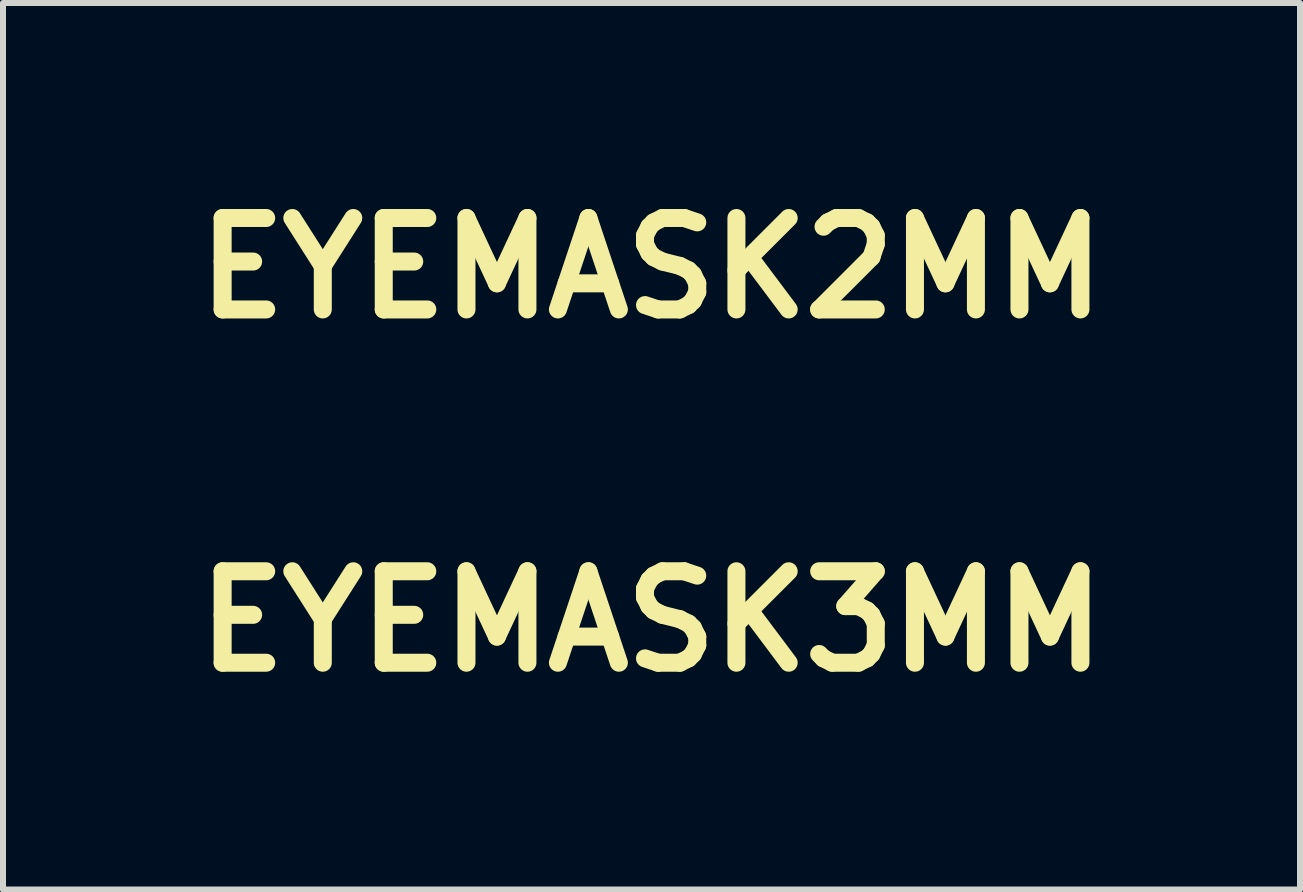
<source format=kicad_pcb>
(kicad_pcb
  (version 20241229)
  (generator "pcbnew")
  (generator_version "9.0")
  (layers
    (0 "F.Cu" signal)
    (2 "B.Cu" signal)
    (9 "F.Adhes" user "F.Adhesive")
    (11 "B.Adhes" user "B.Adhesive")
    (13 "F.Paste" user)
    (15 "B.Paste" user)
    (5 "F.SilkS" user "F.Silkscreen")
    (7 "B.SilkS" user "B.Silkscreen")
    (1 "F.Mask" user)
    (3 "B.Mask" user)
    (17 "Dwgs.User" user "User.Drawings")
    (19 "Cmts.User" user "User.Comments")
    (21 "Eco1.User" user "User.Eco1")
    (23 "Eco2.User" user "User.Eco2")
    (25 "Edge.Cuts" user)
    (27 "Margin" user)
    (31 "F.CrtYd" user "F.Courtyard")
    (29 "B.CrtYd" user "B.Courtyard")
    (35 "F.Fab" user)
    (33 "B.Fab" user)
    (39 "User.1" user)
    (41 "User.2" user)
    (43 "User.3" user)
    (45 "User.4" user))
  (footprint "EYEMASK2MM"
    (layer "F.Cu")
    (at 7.809 1.418)
    (property "Reference" "EYEMASK2MM" (at 0 0 0) (layer "F.SilkS") (effects (font (size 1.524 1.524) (thickness 0.3))))
    (attr through_hole)
    (fp_poly (pts (xy 0.169 -0.49) (xy 0.182 -0.489) (xy 0.194 -0.489) (xy 0.204 -0.488) (xy 0.209 -0.487) (xy 0.232 -0.484) (xy 0.253 -0.48) (xy 0.273 -0.475) (xy 0.293 -0.47) (xy 0.306 -0.466) (xy 0.339 -0.454) (xy 0.371 -0.44) (xy 0.402 -0.423) (xy 0.432 -0.404) (xy 0.46 -0.384) (xy 0.486 -0.361) (xy 0.511 -0.337) (xy 0.534 -0.311) (xy 0.556 -0.283) (xy 0.572 -0.258) (xy 0.589 -0.229) (xy 0.604 -0.199) (xy 0.617 -0.169) (xy 0.627 -0.138) (xy 0.636 -0.107) (xy 0.642 -0.074) (xy 0.645 -0.055) (xy 0.645 -0.048) (xy 0.646 -0.039) (xy 0.647 -0.028) (xy 0.647 -0.016) (xy 0.647 -0.003) (xy 0.647 0.009) (xy 0.647 0.022) (xy 0.647 0.034) (xy 0.647 0.045) (xy 0.646 0.054) (xy 0.645 0.061) (xy 0.645 0.062) (xy 0.641 0.089) (xy 0.636 0.115) (xy 0.63 0.139) (xy 0.623 0.163) (xy 0.614 0.187) (xy 0.608 0.201) (xy 0.594 0.231) (xy 0.579 0.259) (xy 0.563 0.285) (xy 0.545 0.309) (xy 0.524 0.333) (xy 0.502 0.357) (xy 0.499 0.36) (xy 0.472 0.384) (xy 0.445 0.406) (xy 0.416 0.426) (xy 0.386 0.444) (xy 0.355 0.459) (xy 0.322 0.472) (xy 0.288 0.483) (xy 0.253 0.492) (xy 0.217 0.498) (xy 0.213 0.499) (xy 0.207 0.499) (xy 0.198 0.5) (xy 0.187 0.5) (xy 0.176 0.501) (xy 0.163 0.501) (xy 0.151 0.501) (xy 0.139 0.501) (xy 0.127 0.501) (xy 0.117 0.501) (xy 0.108 0.5) (xy 0.102 0.5) (xy 0.065 0.494) (xy 0.03 0.486) (xy -0.004 0.477) (xy -0.036 0.465) (xy -0.067 0.451) (xy -0.098 0.435) (xy -0.127 0.416) (xy -0.153 0.397) (xy -0.179 0.375) (xy -0.205 0.35) (xy -0.228 0.325) (xy -0.249 0.297) (xy -0.268 0.269) (xy -0.286 0.239) (xy -0.301 0.208) (xy -0.314 0.175) (xy -0.325 0.143) (xy -0.333 0.109) (xy -0.336 0.091) (xy -0.338 0.083) (xy -0.339 0.073) (xy -0.34 0.063) (xy -0.341 0.053) (xy -0.342 0.043) (xy -0.343 0.033) (xy -0.344 0.023) (xy -0.344 0.015) (xy -0.344 0.009) (xy -0.344 0.004) (xy -0.343 0.001) (xy -0.343 0.000301) (xy -0.342 -0.000282) (xy -0.34 -0.000473) (xy -0.337 -0.000251) (xy -0.331 0.000408) (xy -0.324 0.001) (xy -0.306 0.004) (xy -0.286 0.004) (xy -0.265 0.004) (xy -0.243 0.002) (xy -0.222 -0.000454) (xy -0.211 -0.003) (xy -0.183 -0.01) (xy -0.157 -0.019) (xy -0.131 -0.03) (xy -0.107 -0.044) (xy -0.084 -0.06) (xy -0.062 -0.078) (xy -0.051 -0.089) (xy -0.031 -0.11) (xy -0.013 -0.133) (xy 0.002 -0.157) (xy 0.015 -0.183) (xy 0.026 -0.209) (xy 0.035 -0.237) (xy 0.041 -0.266) (xy 0.042 -0.27) (xy 0.043 -0.274) (xy 0.043 -0.279) (xy 0.043 -0.284) (xy 0.044 -0.291) (xy 0.044 -0.299) (xy 0.044 -0.309) (xy 0.044 -0.32) (xy 0.044 -0.361) (xy 0.04 -0.381) (xy 0.036 -0.397) (xy 0.031 -0.414) (xy 0.025 -0.431) (xy 0.019 -0.446) (xy 0.017 -0.452) (xy 0.014 -0.458) (xy 0.012 -0.463) (xy 0.011 -0.466) (xy 0.01 -0.468) (xy 0.01 -0.468) (xy 0.012 -0.47) (xy 0.015 -0.471) (xy 0.021 -0.473) (xy 0.028 -0.475) (xy 0.036 -0.477) (xy 0.046 -0.479) (xy 0.056 -0.481) (xy 0.066 -0.483) (xy 0.076 -0.485) (xy 0.087 -0.486) (xy 0.095 -0.487) (xy 0.104 -0.488) (xy 0.115 -0.489) (xy 0.127 -0.489) (xy 0.141 -0.49) (xy 0.155 -0.49) (xy 0.169 -0.49)) (stroke (width 0.01) (type solid)) (fill yes) (layer "F.Mask"))
    (fp_poly (pts (xy 0.057 -0.951) (xy 0.105 -0.947) (xy 0.152 -0.94) (xy 0.199 -0.931) (xy 0.246 -0.92) (xy 0.293 -0.906) (xy 0.339 -0.89) (xy 0.375 -0.876) (xy 0.418 -0.856) (xy 0.461 -0.834) (xy 0.502 -0.809) (xy 0.543 -0.783) (xy 0.581 -0.754) (xy 0.619 -0.723) (xy 0.655 -0.691) (xy 0.689 -0.657) (xy 0.722 -0.621) (xy 0.753 -0.583) (xy 0.762 -0.571) (xy 0.79 -0.531) (xy 0.817 -0.49) (xy 0.841 -0.448) (xy 0.862 -0.404) (xy 0.882 -0.36) (xy 0.899 -0.314) (xy 0.914 -0.268) (xy 0.926 -0.221) (xy 0.935 -0.183) (xy 0.943 -0.135) (xy 0.948 -0.086) (xy 0.951 -0.038) (xy 0.952 0.011) (xy 0.95 0.059) (xy 0.946 0.108) (xy 0.939 0.156) (xy 0.93 0.203) (xy 0.928 0.215) (xy 0.915 0.263) (xy 0.901 0.309) (xy 0.884 0.355) (xy 0.864 0.4) (xy 0.843 0.443) (xy 0.819 0.485) (xy 0.794 0.526) (xy 0.766 0.566) (xy 0.736 0.604) (xy 0.704 0.641) (xy 0.67 0.676) (xy 0.635 0.71) (xy 0.597 0.742) (xy 0.571 0.762) (xy 0.532 0.79) (xy 0.491 0.816) (xy 0.449 0.84) (xy 0.405 0.862) (xy 0.361 0.881) (xy 0.316 0.898) (xy 0.27 0.913) (xy 0.223 0.926) (xy 0.176 0.936) (xy 0.137 0.942) (xy 0.106 0.946) (xy 0.075 0.949) (xy 0.043 0.951) (xy 0.012 0.952) (xy -0.018 0.952) (xy -0.036 0.952) (xy -0.05 0.951) (xy -0.066 0.95) (xy -0.081 0.949) (xy -0.096 0.947) (xy -0.108 0.946) (xy -0.156 0.939) (xy -0.204 0.93) (xy -0.251 0.919) (xy -0.297 0.905) (xy -0.343 0.889) (xy -0.387 0.87) (xy -0.431 0.849) (xy -0.473 0.827) (xy -0.514 0.802) (xy -0.554 0.775) (xy -0.592 0.746) (xy -0.629 0.715) (xy -0.665 0.682) (xy -0.699 0.647) (xy -0.731 0.61) (xy -0.762 0.571) (xy -0.762 0.571) (xy -0.79 0.531) (xy -0.816 0.49) (xy -0.84 0.448) (xy -0.862 0.405) (xy -0.882 0.36) (xy -0.899 0.315) (xy -0.901 0.308) (xy -0.916 0.261) (xy -0.928 0.214) (xy -0.938 0.166) (xy -0.945 0.118) (xy -0.95 0.07) (xy -0.952 0.021) (xy -0.952 0.013) (xy -0.773 0.013) (xy -0.771 0.057) (xy -0.766 0.101) (xy -0.76 0.144) (xy -0.75 0.187) (xy -0.738 0.229) (xy -0.738 0.23) (xy -0.724 0.271) (xy -0.708 0.311) (xy -0.689 0.35) (xy -0.668 0.388) (xy -0.645 0.425) (xy -0.62 0.461) (xy -0.593 0.495) (xy -0.564 0.528) (xy -0.534 0.559) (xy -0.501 0.588) (xy -0.467 0.616) (xy -0.464 0.618) (xy -0.429 0.643) (xy -0.392 0.666) (xy -0.354 0.687) (xy -0.314 0.706) (xy -0.274 0.723) (xy -0.234 0.737) (xy -0.192 0.749) (xy -0.15 0.758) (xy -0.108 0.766) (xy -0.065 0.77) (xy -0.057 0.771) (xy -0.04 0.772) (xy -0.026 0.773) (xy -0.013 0.773) (xy -0.001 0.773) (xy 0.011 0.773) (xy 0.023 0.773) (xy 0.036 0.772) (xy 0.069 0.77) (xy 0.101 0.766) (xy 0.132 0.762) (xy 0.162 0.756) (xy 0.188 0.75) (xy 0.23 0.738) (xy 0.272 0.724) (xy 0.312 0.707) (xy 0.351 0.689) (xy 0.39 0.668) (xy 0.426 0.645) (xy 0.462 0.62) (xy 0.496 0.592) (xy 0.529 0.563) (xy 0.56 0.532) (xy 0.59 0.5) (xy 0.617 0.465) (xy 0.619 0.463) (xy 0.644 0.427) (xy 0.667 0.39) (xy 0.688 0.352) (xy 0.707 0.313) (xy 0.723 0.272) (xy 0.738 0.231) (xy 0.75 0.189) (xy 0.759 0.147) (xy 0.764 0.119) (xy 0.769 0.075) (xy 0.772 0.031) (xy 0.773 -0.013) (xy 0.771 -0.057) (xy 0.766 -0.101) (xy 0.76 -0.144) (xy 0.75 -0.187) (xy 0.738 -0.229) (xy 0.738 -0.23) (xy 0.724 -0.271) (xy 0.708 -0.311) (xy 0.689 -0.35) (xy 0.668 -0.388) (xy 0.645 -0.425) (xy 0.621 -0.461) (xy 0.594 -0.495) (xy 0.565 -0.527) (xy 0.534 -0.558) (xy 0.502 -0.588) (xy 0.468 -0.615) (xy 0.433 -0.64) (xy 0.399 -0.662) (xy 0.36 -0.684) (xy 0.321 -0.703) (xy 0.281 -0.72) (xy 0.24 -0.735) (xy 0.198 -0.747) (xy 0.155 -0.757) (xy 0.113 -0.765) (xy 0.069 -0.77) (xy 0.025 -0.773) (xy -0.019 -0.773) (xy -0.063 -0.77) (xy -0.096 -0.767) (xy -0.14 -0.76) (xy -0.183 -0.751) (xy -0.225 -0.74) (xy -0.267 -0.726) (xy -0.308 -0.709) (xy -0.348 -0.69) (xy -0.386 -0.669) (xy -0.399 -0.662) (xy -0.436 -0.638) (xy -0.471 -0.613) (xy -0.505 -0.585) (xy -0.537 -0.556) (xy -0.568 -0.524) (xy -0.597 -0.491) (xy -0.619 -0.463) (xy -0.644 -0.427) (xy -0.667 -0.39) (xy -0.688 -0.352) (xy -0.707 -0.313) (xy -0.723 -0.272) (xy -0.738 -0.231) (xy -0.75 -0.189) (xy -0.759 -0.147) (xy -0.764 -0.119) (xy -0.769 -0.075) (xy -0.772 -0.031) (xy -0.773 0.013) (xy -0.952 0.013) (xy -0.952 -0.027) (xy -0.949 -0.076) (xy -0.944 -0.124) (xy -0.937 -0.172) (xy -0.927 -0.22) (xy -0.914 -0.267) (xy -0.901 -0.308) (xy -0.884 -0.354) (xy -0.865 -0.398) (xy -0.844 -0.442) (xy -0.82 -0.484) (xy -0.795 -0.525) (xy -0.767 -0.565) (xy -0.737 -0.603) (xy -0.705 -0.64) (xy -0.672 -0.675) (xy -0.636 -0.708) (xy -0.599 -0.74) (xy -0.571 -0.762) (xy -0.531 -0.79) (xy -0.49 -0.817) (xy -0.448 -0.84) (xy -0.405 -0.862) (xy -0.361 -0.881) (xy -0.317 -0.898) (xy -0.271 -0.913) (xy -0.226 -0.925) (xy -0.179 -0.935) (xy -0.132 -0.943) (xy -0.085 -0.948) (xy -0.038 -0.952) (xy 0.009 -0.952) (xy 0.057 -0.951)) (stroke (width 0.01) (type solid)) (fill yes) (layer "F.Mask")))
  (footprint "EYEMASK3MM"
    (layer "F.Cu")
    (at 7.809 7.306)
    (property "Reference" "EYEMASK3MM" (at 0 0 0) (layer "F.SilkS") (effects (font (size 1.524 1.524) (thickness 0.3))))
    (attr through_hole)
    (fp_poly (pts (xy 0.259 -0.753) (xy 0.28 -0.753) (xy 0.298 -0.752) (xy 0.314 -0.75) (xy 0.321 -0.75) (xy 0.356 -0.745) (xy 0.389 -0.739) (xy 0.419 -0.732) (xy 0.45 -0.723) (xy 0.47 -0.717) (xy 0.522 -0.698) (xy 0.571 -0.676) (xy 0.619 -0.651) (xy 0.664 -0.622) (xy 0.707 -0.591) (xy 0.748 -0.556) (xy 0.786 -0.518) (xy 0.822 -0.478) (xy 0.855 -0.435) (xy 0.88 -0.397) (xy 0.907 -0.352) (xy 0.93 -0.306) (xy 0.949 -0.26) (xy 0.965 -0.213) (xy 0.978 -0.165) (xy 0.988 -0.114) (xy 0.992 -0.085) (xy 0.993 -0.074) (xy 0.994 -0.06) (xy 0.995 -0.043) (xy 0.995 -0.025) (xy 0.996 -0.005) (xy 0.996 0.014) (xy 0.996 0.034) (xy 0.995 0.052) (xy 0.995 0.069) (xy 0.994 0.083) (xy 0.993 0.094) (xy 0.993 0.096) (xy 0.987 0.138) (xy 0.979 0.177) (xy 0.97 0.214) (xy 0.959 0.25) (xy 0.945 0.287) (xy 0.936 0.31) (xy 0.914 0.355) (xy 0.891 0.398) (xy 0.866 0.438) (xy 0.838 0.476) (xy 0.807 0.513) (xy 0.772 0.549) (xy 0.768 0.554) (xy 0.727 0.591) (xy 0.684 0.625) (xy 0.64 0.656) (xy 0.594 0.682) (xy 0.546 0.706) (xy 0.496 0.726) (xy 0.444 0.743) (xy 0.39 0.756) (xy 0.334 0.766) (xy 0.328 0.767) (xy 0.318 0.768) (xy 0.304 0.769) (xy 0.288 0.77) (xy 0.27 0.77) (xy 0.251 0.771) (xy 0.232 0.771) (xy 0.213 0.771) (xy 0.196 0.771) (xy 0.18 0.77) (xy 0.166 0.77) (xy 0.156 0.769) (xy 0.1 0.76) (xy 0.046 0.748) (xy -0.006 0.733) (xy -0.056 0.715) (xy -0.104 0.694) (xy -0.15 0.669) (xy -0.195 0.64) (xy -0.235 0.611) (xy -0.276 0.576) (xy -0.315 0.539) (xy -0.35 0.499) (xy -0.383 0.457) (xy -0.413 0.413) (xy -0.44 0.367) (xy -0.463 0.319) (xy -0.483 0.27) (xy -0.5 0.219) (xy -0.512 0.168) (xy -0.518 0.141) (xy -0.52 0.128) (xy -0.522 0.113) (xy -0.523 0.097) (xy -0.525 0.081) (xy -0.526 0.066) (xy -0.528 0.05) (xy -0.529 0.036) (xy -0.529 0.024) (xy -0.529 0.013) (xy -0.529 0.006) (xy -0.528 0.001) (xy -0.528 0.000464) (xy -0.527 -0.000432) (xy -0.523 -0.001) (xy -0.518 -0.000385) (xy -0.51 0.001) (xy -0.499 0.002) (xy -0.47 0.006) (xy -0.439 0.007) (xy -0.407 0.006) (xy -0.374 0.004) (xy -0.342 -0.001) (xy -0.324 -0.004) (xy -0.282 -0.015) (xy -0.241 -0.029) (xy -0.202 -0.047) (xy -0.164 -0.068) (xy -0.129 -0.093) (xy -0.095 -0.121) (xy -0.078 -0.137) (xy -0.048 -0.17) (xy -0.021 -0.205) (xy 0.003 -0.242) (xy 0.023 -0.281) (xy 0.04 -0.322) (xy 0.054 -0.365) (xy 0.064 -0.409) (xy 0.065 -0.416) (xy 0.066 -0.422) (xy 0.066 -0.429) (xy 0.067 -0.438) (xy 0.067 -0.448) (xy 0.067 -0.46) (xy 0.067 -0.476) (xy 0.067 -0.492) (xy 0.067 -0.556) (xy 0.061 -0.586) (xy 0.055 -0.611) (xy 0.047 -0.637) (xy 0.039 -0.662) (xy 0.03 -0.686) (xy 0.026 -0.695) (xy 0.022 -0.704) (xy 0.019 -0.712) (xy 0.017 -0.718) (xy 0.016 -0.721) (xy 0.016 -0.721) (xy 0.018 -0.722) (xy 0.024 -0.725) (xy 0.032 -0.727) (xy 0.043 -0.73) (xy 0.056 -0.733) (xy 0.07 -0.737) (xy 0.086 -0.74) (xy 0.102 -0.743) (xy 0.118 -0.745) (xy 0.133 -0.748) (xy 0.146 -0.75) (xy 0.16 -0.751) (xy 0.177 -0.752) (xy 0.196 -0.753) (xy 0.217 -0.753) (xy 0.238 -0.753) (xy 0.259 -0.753)) (stroke (width 0.01) (type solid)) (fill yes) (layer "F.Mask"))
    (fp_poly (pts (xy 0.088 -1.462) (xy 0.161 -1.456) (xy 0.234 -1.446) (xy 0.306 -1.433) (xy 0.378 -1.415) (xy 0.45 -1.394) (xy 0.521 -1.37) (xy 0.576 -1.347) (xy 0.643 -1.317) (xy 0.709 -1.282) (xy 0.773 -1.245) (xy 0.835 -1.204) (xy 0.895 -1.16) (xy 0.952 -1.113) (xy 1.008 -1.063) (xy 1.06 -1.01) (xy 1.111 -0.955) (xy 1.158 -0.897) (xy 1.173 -0.878) (xy 1.216 -0.817) (xy 1.256 -0.754) (xy 1.293 -0.689) (xy 1.327 -0.622) (xy 1.357 -0.553) (xy 1.383 -0.484) (xy 1.406 -0.412) (xy 1.425 -0.34) (xy 1.438 -0.281) (xy 1.45 -0.207) (xy 1.459 -0.133) (xy 1.464 -0.058) (xy 1.465 0.017) (xy 1.462 0.091) (xy 1.456 0.166) (xy 1.445 0.24) (xy 1.431 0.313) (xy 1.427 0.331) (xy 1.408 0.404) (xy 1.386 0.476) (xy 1.36 0.546) (xy 1.33 0.615) (xy 1.297 0.682) (xy 1.261 0.747) (xy 1.221 0.81) (xy 1.178 0.871) (xy 1.132 0.93) (xy 1.083 0.986) (xy 1.031 1.04) (xy 0.976 1.092) (xy 0.919 1.141) (xy 0.878 1.173) (xy 0.818 1.216) (xy 0.755 1.256) (xy 0.69 1.292) (xy 0.624 1.326) (xy 0.556 1.356) (xy 0.486 1.382) (xy 0.415 1.405) (xy 0.343 1.424) (xy 0.271 1.44) (xy 0.211 1.45) (xy 0.163 1.456) (xy 0.115 1.46) (xy 0.066 1.463) (xy 0.018 1.465) (xy -0.027 1.465) (xy -0.055 1.464) (xy -0.077 1.463) (xy -0.101 1.461) (xy -0.125 1.459) (xy -0.148 1.457) (xy -0.166 1.456) (xy -0.241 1.445) (xy -0.314 1.431) (xy -0.387 1.413) (xy -0.458 1.392) (xy -0.527 1.367) (xy -0.596 1.339) (xy -0.663 1.307) (xy -0.728 1.272) (xy -0.791 1.233) (xy -0.852 1.192) (xy -0.911 1.147) (xy -0.968 1.099) (xy -1.023 1.049) (xy -1.075 0.995) (xy -1.125 0.938) (xy -1.172 0.879) (xy -1.173 0.878) (xy -1.216 0.817) (xy -1.256 0.754) (xy -1.293 0.689) (xy -1.326 0.623) (xy -1.356 0.554) (xy -1.383 0.485) (xy -1.387 0.474) (xy -1.409 0.402) (xy -1.428 0.329) (xy -1.443 0.255) (xy -1.454 0.181) (xy -1.461 0.107) (xy -1.465 0.032) (xy -1.465 0.02) (xy -1.189 0.02) (xy -1.186 0.088) (xy -1.179 0.155) (xy -1.169 0.222) (xy -1.154 0.288) (xy -1.136 0.353) (xy -1.136 0.353) (xy -1.114 0.417) (xy -1.089 0.478) (xy -1.06 0.539) (xy -1.028 0.598) (xy -0.993 0.654) (xy -0.954 0.709) (xy -0.913 0.762) (xy -0.868 0.812) (xy -0.821 0.86) (xy -0.771 0.905) (xy -0.719 0.947) (xy -0.714 0.951) (xy -0.659 0.99) (xy -0.603 1.025) (xy -0.544 1.057) (xy -0.484 1.086) (xy -0.422 1.112) (xy -0.359 1.134) (xy -0.295 1.152) (xy -0.231 1.167) (xy -0.165 1.178) (xy -0.1 1.185) (xy -0.087 1.186) (xy -0.062 1.187) (xy -0.04 1.189) (xy -0.02 1.189) (xy -0.002 1.19) (xy 0.017 1.189) (xy 0.036 1.189) (xy 0.056 1.188) (xy 0.107 1.184) (xy 0.156 1.179) (xy 0.203 1.172) (xy 0.249 1.163) (xy 0.289 1.154) (xy 0.354 1.135) (xy 0.418 1.114) (xy 0.48 1.088) (xy 0.541 1.059) (xy 0.599 1.027) (xy 0.656 0.992) (xy 0.711 0.953) (xy 0.764 0.911) (xy 0.814 0.867) (xy 0.862 0.819) (xy 0.907 0.769) (xy 0.95 0.715) (xy 0.952 0.712) (xy 0.991 0.658) (xy 1.026 0.601) (xy 1.059 0.542) (xy 1.088 0.481) (xy 1.113 0.419) (xy 1.135 0.356) (xy 1.153 0.291) (xy 1.168 0.226) (xy 1.175 0.184) (xy 1.184 0.116) (xy 1.188 0.048) (xy 1.189 -0.02) (xy 1.186 -0.088) (xy 1.179 -0.155) (xy 1.169 -0.222) (xy 1.154 -0.288) (xy 1.136 -0.353) (xy 1.136 -0.353) (xy 1.114 -0.417) (xy 1.089 -0.478) (xy 1.06 -0.539) (xy 1.028 -0.597) (xy 0.993 -0.654) (xy 0.955 -0.709) (xy 0.913 -0.761) (xy 0.869 -0.811) (xy 0.822 -0.859) (xy 0.773 -0.904) (xy 0.721 -0.946) (xy 0.666 -0.985) (xy 0.614 -1.019) (xy 0.555 -1.052) (xy 0.494 -1.082) (xy 0.432 -1.108) (xy 0.369 -1.131) (xy 0.304 -1.15) (xy 0.239 -1.165) (xy 0.173 -1.177) (xy 0.106 -1.185) (xy 0.039 -1.189) (xy -0.029 -1.189) (xy -0.097 -1.185) (xy -0.148 -1.18) (xy -0.215 -1.17) (xy -0.281 -1.156) (xy -0.347 -1.138) (xy -0.411 -1.116) (xy -0.473 -1.091) (xy -0.535 -1.062) (xy -0.595 -1.03) (xy -0.615 -1.018) (xy -0.671 -0.982) (xy -0.725 -0.943) (xy -0.777 -0.9) (xy -0.827 -0.855) (xy -0.874 -0.806) (xy -0.918 -0.756) (xy -0.952 -0.712) (xy -0.991 -0.658) (xy -1.027 -0.601) (xy -1.059 -0.542) (xy -1.088 -0.481) (xy -1.113 -0.419) (xy -1.135 -0.356) (xy -1.153 -0.291) (xy -1.168 -0.226) (xy -1.175 -0.184) (xy -1.184 -0.116) (xy -1.188 -0.048) (xy -1.189 0.02) (xy -1.465 0.02) (xy -1.464 -0.042) (xy -1.46 -0.117) (xy -1.452 -0.191) (xy -1.441 -0.265) (xy -1.425 -0.338) (xy -1.406 -0.411) (xy -1.387 -0.474) (xy -1.361 -0.544) (xy -1.331 -0.612) (xy -1.298 -0.679) (xy -1.262 -0.744) (xy -1.222 -0.808) (xy -1.18 -0.869) (xy -1.134 -0.928) (xy -1.085 -0.984) (xy -1.034 -1.038) (xy -0.979 -1.09) (xy -0.922 -1.138) (xy -0.878 -1.173) (xy -0.817 -1.216) (xy -0.754 -1.256) (xy -0.689 -1.293) (xy -0.623 -1.326) (xy -0.556 -1.356) (xy -0.487 -1.382) (xy -0.418 -1.404) (xy -0.347 -1.423) (xy -0.276 -1.439) (xy -0.204 -1.451) (xy -0.131 -1.459) (xy -0.058 -1.464) (xy 0.015 -1.465) (xy 0.088 -1.462)) (stroke (width 0.01) (type solid)) (fill yes) (layer "F.Mask")))
  (gr_rect
    (start -3 -3)
    (end 18.617 11.776)
    (stroke (width 0.1) (type default))
    (fill no)
    (layer "Edge.Cuts")))
</source>
